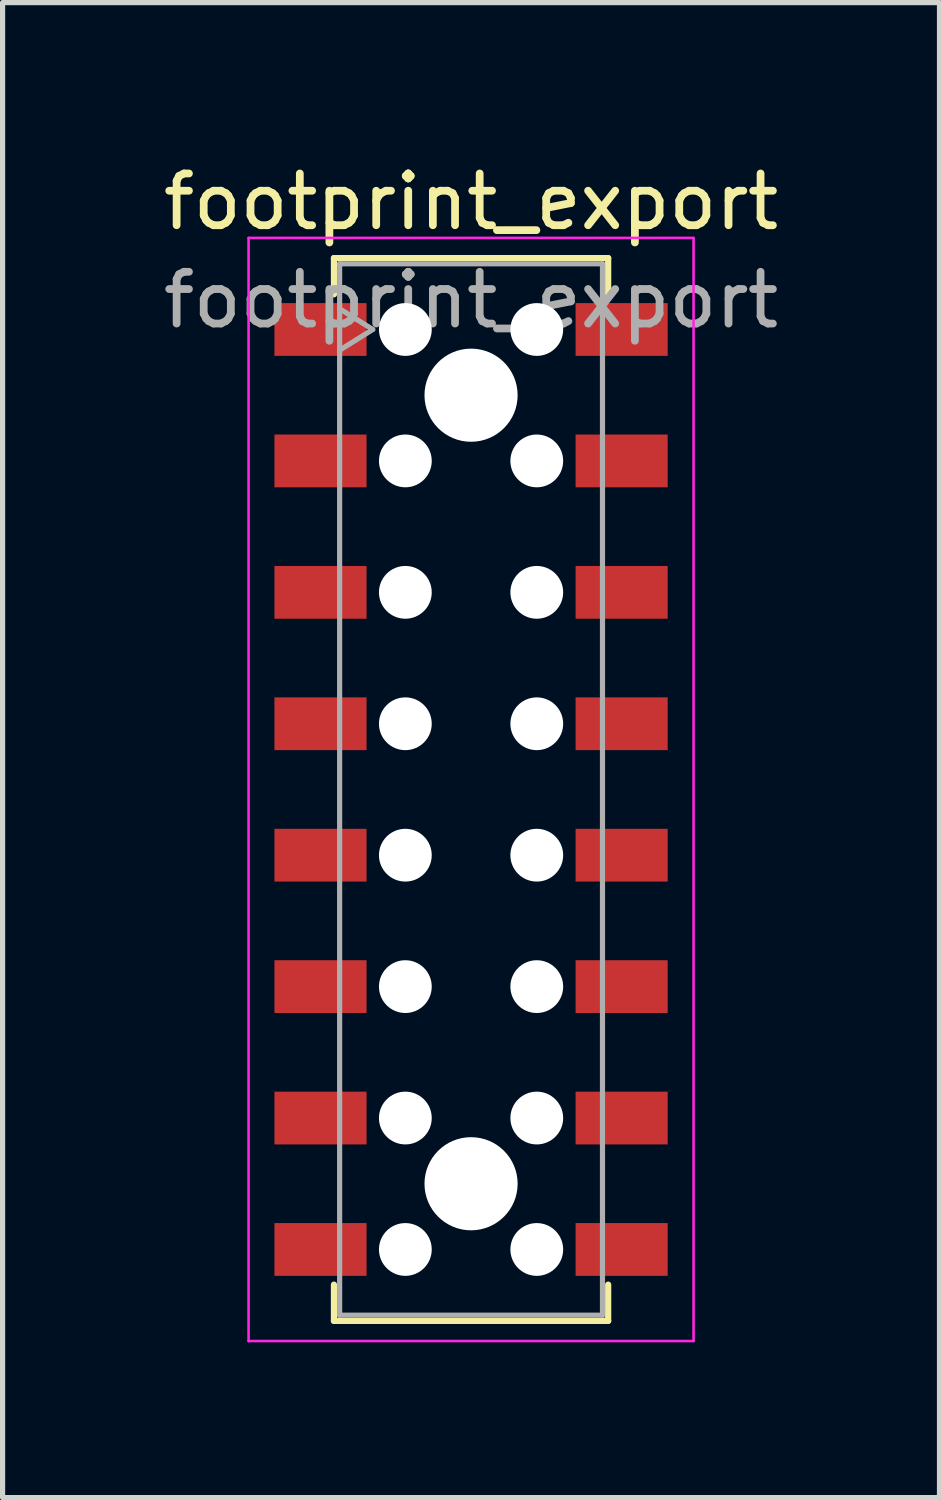
<source format=kicad_pcb>
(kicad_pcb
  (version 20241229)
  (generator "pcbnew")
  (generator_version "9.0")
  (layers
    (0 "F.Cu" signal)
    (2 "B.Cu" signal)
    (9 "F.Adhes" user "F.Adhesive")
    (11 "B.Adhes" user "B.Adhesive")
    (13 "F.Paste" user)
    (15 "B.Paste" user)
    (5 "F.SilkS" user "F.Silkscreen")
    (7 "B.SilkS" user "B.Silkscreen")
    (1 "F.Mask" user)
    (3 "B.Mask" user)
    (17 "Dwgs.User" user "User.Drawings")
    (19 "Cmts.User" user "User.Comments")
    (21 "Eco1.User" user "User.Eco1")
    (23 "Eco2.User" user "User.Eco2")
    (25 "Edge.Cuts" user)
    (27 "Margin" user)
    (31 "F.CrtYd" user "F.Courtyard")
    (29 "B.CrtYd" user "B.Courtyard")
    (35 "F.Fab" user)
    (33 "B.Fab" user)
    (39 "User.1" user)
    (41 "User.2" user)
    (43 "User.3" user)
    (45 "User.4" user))
  (footprint "footprint_export"
    (layer "F.Cu")
    (at 6.054 12.208)
    (property "Reference" "footprint_export" (at 0 -11.36 0) (layer "F.SilkS") (effects (font (size 1 1) (thickness 0.15))))
    (attr smd)
    (fp_line (start -2.65 -10.27) (end 2.65 -10.27) (stroke (width 0.12) (type solid)) (layer "F.SilkS"))
    (fp_line (start -2.65 -9.57) (end -2.65 -10.27) (stroke (width 0.12) (type solid)) (layer "F.SilkS"))
    (fp_line (start -2.65 9.57) (end -2.65 10.27) (stroke (width 0.12) (type solid)) (layer "F.SilkS"))
    (fp_line (start -2.65 10.27) (end 2.65 10.27) (stroke (width 0.12) (type solid)) (layer "F.SilkS"))
    (fp_line (start 2.65 -10.27) (end 2.65 -9.57) (stroke (width 0.12) (type solid)) (layer "F.SilkS"))
    (fp_line (start 2.65 10.27) (end 2.65 9.57) (stroke (width 0.12) (type solid)) (layer "F.SilkS"))
    (fp_line (start -4.3 -10.66) (end 4.3 -10.66) (stroke (width 0.05) (type solid)) (layer "F.CrtYd"))
    (fp_line (start -4.3 10.66) (end -4.3 -10.66) (stroke (width 0.05) (type solid)) (layer "F.CrtYd"))
    (fp_line (start 4.3 -10.66) (end 4.3 10.66) (stroke (width 0.05) (type solid)) (layer "F.CrtYd"))
    (fp_line (start 4.3 10.66) (end -4.3 10.66) (stroke (width 0.05) (type solid)) (layer "F.CrtYd"))
    (fp_line (start -2.54 -10.16) (end 2.54 -10.16) (stroke (width 0.1) (type solid)) (layer "F.Fab"))
    (fp_line (start -2.54 -9.29) (end -1.9 -8.89) (stroke (width 0.1) (type solid)) (layer "F.Fab"))
    (fp_line (start -2.54 10.16) (end -2.54 -10.16) (stroke (width 0.1) (type solid)) (layer "F.Fab"))
    (fp_line (start -1.9 -8.89) (end -2.54 -8.49) (stroke (width 0.1) (type solid)) (layer "F.Fab"))
    (fp_line (start 2.54 -10.16) (end 2.54 10.16) (stroke (width 0.1) (type solid)) (layer "F.Fab"))
    (fp_line (start 2.54 10.16) (end -2.54 10.16) (stroke (width 0.1) (type solid)) (layer "F.Fab"))
    (fp_text user "${REFERENCE}" (at 0 -9.46 0) (layer "F.Fab") (effects (font (size 1 1) (thickness 0.15))))
    (pad "" np_thru_hole circle (at -1.27 -8.89) (size 1.02 1.02) (drill 1.02) (layers "*.Cu" "*.Mask"))
    (pad "" np_thru_hole circle (at -1.27 -6.35) (size 1.02 1.02) (drill 1.02) (layers "*.Cu" "*.Mask"))
    (pad "" np_thru_hole circle (at -1.27 -3.81) (size 1.02 1.02) (drill 1.02) (layers "*.Cu" "*.Mask"))
    (pad "" np_thru_hole circle (at -1.27 -1.27) (size 1.02 1.02) (drill 1.02) (layers "*.Cu" "*.Mask"))
    (pad "" np_thru_hole circle (at -1.27 1.27) (size 1.02 1.02) (drill 1.02) (layers "*.Cu" "*.Mask"))
    (pad "" np_thru_hole circle (at -1.27 3.81) (size 1.02 1.02) (drill 1.02) (layers "*.Cu" "*.Mask"))
    (pad "" np_thru_hole circle (at -1.27 6.35) (size 1.02 1.02) (drill 1.02) (layers "*.Cu" "*.Mask"))
    (pad "" np_thru_hole circle (at -1.27 8.89) (size 1.02 1.02) (drill 1.02) (layers "*.Cu" "*.Mask"))
    (pad "" np_thru_hole circle (at 0 -7.62) (size 1.8 1.8) (drill 1.8) (layers "*.Cu" "*.Mask"))
    (pad "" np_thru_hole circle (at 0 7.62) (size 1.8 1.8) (drill 1.8) (layers "*.Cu" "*.Mask"))
    (pad "" np_thru_hole circle (at 1.27 -8.89) (size 1.02 1.02) (drill 1.02) (layers "*.Cu" "*.Mask"))
    (pad "" np_thru_hole circle (at 1.27 -6.35) (size 1.02 1.02) (drill 1.02) (layers "*.Cu" "*.Mask"))
    (pad "" np_thru_hole circle (at 1.27 -3.81) (size 1.02 1.02) (drill 1.02) (layers "*.Cu" "*.Mask"))
    (pad "" np_thru_hole circle (at 1.27 -1.27) (size 1.02 1.02) (drill 1.02) (layers "*.Cu" "*.Mask"))
    (pad "" np_thru_hole circle (at 1.27 1.27) (size 1.02 1.02) (drill 1.02) (layers "*.Cu" "*.Mask"))
    (pad "" np_thru_hole circle (at 1.27 3.81) (size 1.02 1.02) (drill 1.02) (layers "*.Cu" "*.Mask"))
    (pad "" np_thru_hole circle (at 1.27 6.35) (size 1.02 1.02) (drill 1.02) (layers "*.Cu" "*.Mask"))
    (pad "" np_thru_hole circle (at 1.27 8.89) (size 1.02 1.02) (drill 1.02) (layers "*.Cu" "*.Mask"))
    (pad "1" smd rect (at -2.91 -8.89) (size 1.78 1.02) (layers "F.Cu" "F.Mask" "F.Paste"))
    (pad "2" smd rect (at -2.91 -6.35) (size 1.78 1.02) (layers "F.Cu" "F.Mask" "F.Paste"))
    (pad "3" smd rect (at -2.91 -3.81) (size 1.78 1.02) (layers "F.Cu" "F.Mask" "F.Paste"))
    (pad "4" smd rect (at -2.91 -1.27) (size 1.78 1.02) (layers "F.Cu" "F.Mask" "F.Paste"))
    (pad "5" smd rect (at -2.91 1.27) (size 1.78 1.02) (layers "F.Cu" "F.Mask" "F.Paste"))
    (pad "6" smd rect (at -2.91 3.81) (size 1.78 1.02) (layers "F.Cu" "F.Mask" "F.Paste"))
    (pad "7" smd rect (at -2.91 6.35) (size 1.78 1.02) (layers "F.Cu" "F.Mask" "F.Paste"))
    (pad "8" smd rect (at -2.91 8.89) (size 1.78 1.02) (layers "F.Cu" "F.Mask" "F.Paste"))
    (pad "9" smd rect (at 2.91 -8.89) (size 1.78 1.02) (layers "F.Cu" "F.Mask" "F.Paste"))
    (pad "10" smd rect (at 2.91 -6.35) (size 1.78 1.02) (layers "F.Cu" "F.Mask" "F.Paste"))
    (pad "11" smd rect (at 2.91 -3.81) (size 1.78 1.02) (layers "F.Cu" "F.Mask" "F.Paste"))
    (pad "12" smd rect (at 2.91 -1.27) (size 1.78 1.02) (layers "F.Cu" "F.Mask" "F.Paste"))
    (pad "13" smd rect (at 2.91 1.27) (size 1.78 1.02) (layers "F.Cu" "F.Mask" "F.Paste"))
    (pad "14" smd rect (at 2.91 3.81) (size 1.78 1.02) (layers "F.Cu" "F.Mask" "F.Paste"))
    (pad "15" smd rect (at 2.91 6.35) (size 1.78 1.02) (layers "F.Cu" "F.Mask" "F.Paste"))
    (pad "16" smd rect (at 2.91 8.89) (size 1.78 1.02) (layers "F.Cu" "F.Mask" "F.Paste")))
  (gr_rect
    (start -3 -3)
    (end 15.107 25.893)
    (stroke (width 0.1) (type default))
    (fill no)
    (layer "Edge.Cuts")))
</source>
